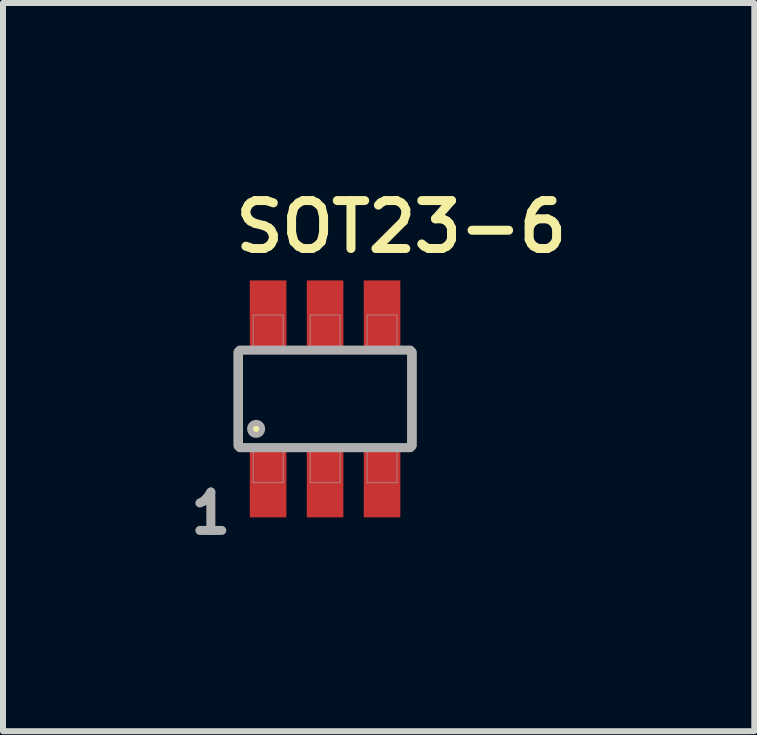
<source format=kicad_pcb>
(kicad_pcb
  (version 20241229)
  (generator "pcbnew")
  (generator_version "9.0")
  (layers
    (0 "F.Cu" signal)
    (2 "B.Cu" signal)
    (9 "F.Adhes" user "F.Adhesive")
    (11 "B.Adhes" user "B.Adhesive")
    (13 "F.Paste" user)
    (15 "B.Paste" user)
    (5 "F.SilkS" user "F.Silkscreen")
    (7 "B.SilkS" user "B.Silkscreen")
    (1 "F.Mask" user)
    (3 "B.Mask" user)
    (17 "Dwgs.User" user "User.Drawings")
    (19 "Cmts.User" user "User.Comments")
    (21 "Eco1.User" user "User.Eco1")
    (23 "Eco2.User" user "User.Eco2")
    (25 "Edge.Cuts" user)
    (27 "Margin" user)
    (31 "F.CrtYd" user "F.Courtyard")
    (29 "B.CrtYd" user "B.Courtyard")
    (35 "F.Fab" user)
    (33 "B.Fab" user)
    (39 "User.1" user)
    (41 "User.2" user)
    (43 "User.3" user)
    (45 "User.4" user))
  (footprint "SOT23-6"
    (layer "F.Cu")
    (at 2.371 3.602)
    (property "Reference" "SOT23-6" (at 1.27 -2.87 0) (layer "F.SilkS") (effects (font (size 0.8 0.8) (thickness 0.15))))
    (attr smd)
    (fp_line (start -1.448 0.781) (end -1.448 -0.781) (stroke (width 0.152) (type solid)) (layer "F.SilkS"))
    (fp_line (start 1.448 -0.781) (end 1.448 0.781) (stroke (width 0.152) (type solid)) (layer "F.SilkS"))
    (fp_circle (center -1.15 0.5) (end -1.05 0.5) (stroke (width 0) (type solid)) (fill yes) (layer "F.SilkS"))
    (fp_line (start -1.448 0.781) (end -1.448 -0.781) (stroke (width 0.152) (type solid)) (layer "F.Fab"))
    (fp_line (start -1.423 -0.813) (end 1.422 -0.813) (stroke (width 0.152) (type solid)) (layer "F.Fab"))
    (fp_line (start 1.422 0.813) (end -1.423 0.813) (stroke (width 0.152) (type solid)) (layer "F.Fab"))
    (fp_line (start 1.448 0.781) (end 1.448 -0.781) (stroke (width 0.152) (type solid)) (layer "F.Fab"))
    (fp_circle (center -1.15 0.5) (end -1.05 0.5) (stroke (width 0.1) (type solid)) (fill no) (layer "F.Fab"))
    (fp_poly (pts (xy -1.2 -1.4) (xy -0.7 -1.4) (xy -0.7 -0.8) (xy -1.2 -0.8)) (stroke (width 0.01) (type solid)) (fill no) (layer "F.Fab"))
    (fp_poly (pts (xy -1.2 0.8) (xy -0.7 0.8) (xy -0.7 1.4) (xy -1.2 1.4)) (stroke (width 0.01) (type solid)) (fill no) (layer "F.Fab"))
    (fp_poly (pts (xy -0.25 -1.4) (xy 0.25 -1.4) (xy 0.25 -0.8) (xy -0.25 -0.8)) (stroke (width 0.01) (type solid)) (fill no) (layer "F.Fab"))
    (fp_poly (pts (xy -0.25 0.8) (xy 0.25 0.8) (xy 0.25 1.4) (xy -0.25 1.4)) (stroke (width 0.01) (type solid)) (fill no) (layer "F.Fab"))
    (fp_poly (pts (xy 0.7 -1.4) (xy 1.2 -1.4) (xy 1.2 -0.8) (xy 0.7 -0.8)) (stroke (width 0.01) (type solid)) (fill no) (layer "F.Fab"))
    (fp_poly (pts (xy 0.7 0.8) (xy 1.2 0.8) (xy 1.2 1.4) (xy 0.7 1.4)) (stroke (width 0.01) (type solid)) (fill no) (layer "F.Fab"))
    (fp_text user "1" (at -1.905 1.905 0) (layer "F.Fab") (effects (font (size 0.64 0.64) (thickness 0.15))))
    (pad "1" smd rect (at -0.95 1.404) (size 0.61 1.143) (layers "F.Cu" "F.Mask" "F.Paste"))
    (pad "2" smd rect (at 0 1.404) (size 0.61 1.143) (layers "F.Cu" "F.Mask" "F.Paste"))
    (pad "3" smd rect (at 0.95 1.404) (size 0.61 1.143) (layers "F.Cu" "F.Mask" "F.Paste"))
    (pad "4" smd rect (at 0.95 -1.404) (size 0.61 1.143) (layers "F.Cu" "F.Mask" "F.Paste"))
    (pad "5" smd rect (at 0 -1.404) (size 0.61 1.143) (layers "F.Cu" "F.Mask" "F.Paste"))
    (pad "6" smd rect (at -0.95 -1.404) (size 0.61 1.143) (layers "F.Cu" "F.Mask" "F.Paste")))
  (gr_rect
    (start -3 -3)
    (end 9.529 9.144)
    (stroke (width 0.1) (type default))
    (fill no)
    (layer "Edge.Cuts")))
</source>
